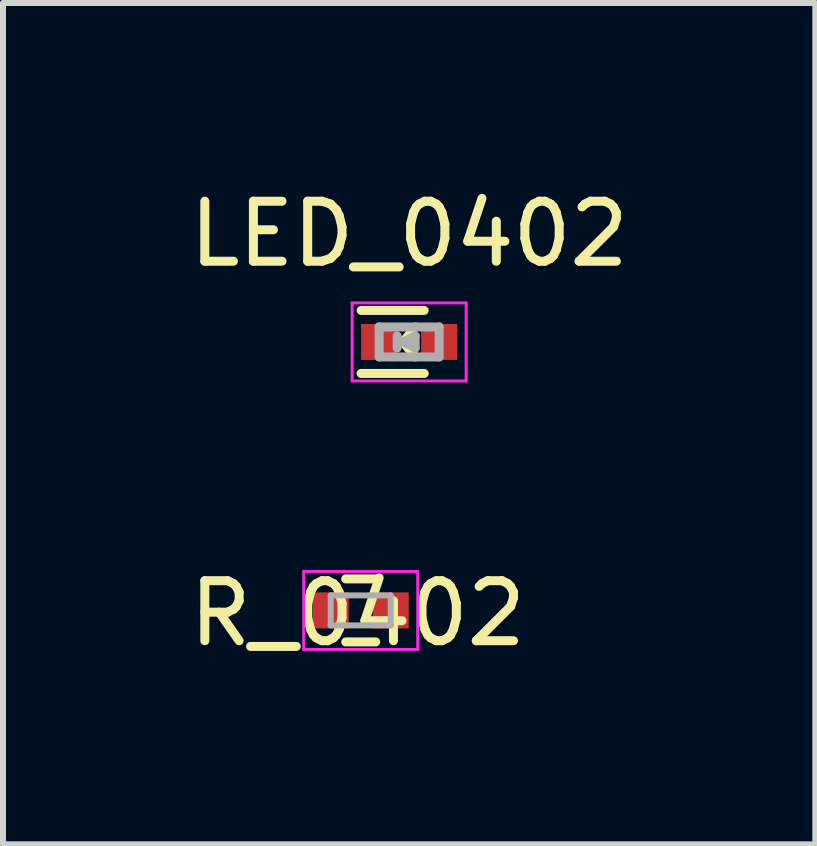
<source format=kicad_pcb>
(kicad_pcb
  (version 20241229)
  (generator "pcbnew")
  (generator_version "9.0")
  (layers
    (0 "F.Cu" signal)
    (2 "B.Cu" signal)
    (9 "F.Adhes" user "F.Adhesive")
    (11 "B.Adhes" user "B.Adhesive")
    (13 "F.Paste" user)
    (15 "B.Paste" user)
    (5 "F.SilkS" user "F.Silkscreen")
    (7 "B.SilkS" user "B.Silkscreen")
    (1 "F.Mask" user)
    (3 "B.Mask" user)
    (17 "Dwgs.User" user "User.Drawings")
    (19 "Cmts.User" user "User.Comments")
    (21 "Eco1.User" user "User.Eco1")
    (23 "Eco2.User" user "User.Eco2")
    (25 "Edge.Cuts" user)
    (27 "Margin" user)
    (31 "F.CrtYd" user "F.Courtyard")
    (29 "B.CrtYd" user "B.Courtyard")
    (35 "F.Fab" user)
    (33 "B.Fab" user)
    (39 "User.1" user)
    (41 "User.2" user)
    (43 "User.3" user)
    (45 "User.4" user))
  (footprint "LED_0402"
    (layer "F.Cu")
    (at 3.768 2.648)
    (property "Reference" "LED_0402" (at 0 -1.8 0) (layer "F.SilkS") (effects (font (size 1 1) (thickness 0.15))))
    (attr smd)
    (fp_line (start -0.1 0) (end 0.1 0.25) (stroke (width 0.15) (type solid)) (layer "F.SilkS"))
    (fp_line (start 0.1 -0.25) (end -0.1 0) (stroke (width 0.15) (type solid)) (layer "F.SilkS"))
    (fp_line (start 0.25 -0.525) (end -0.8 -0.525) (stroke (width 0.15) (type solid)) (layer "F.SilkS"))
    (fp_line (start 0.25 0.525) (end -0.8 0.525) (stroke (width 0.15) (type solid)) (layer "F.SilkS"))
    (fp_line (start -0.95 -0.65) (end -0.95 0.65) (stroke (width 0.05) (type solid)) (layer "F.CrtYd"))
    (fp_line (start -0.95 -0.65) (end 0.95 -0.65) (stroke (width 0.05) (type solid)) (layer "F.CrtYd"))
    (fp_line (start -0.95 0.65) (end 0.95 0.65) (stroke (width 0.05) (type solid)) (layer "F.CrtYd"))
    (fp_line (start 0.95 -0.65) (end 0.95 0.65) (stroke (width 0.05) (type solid)) (layer "F.CrtYd"))
    (fp_line (start -0.5 -0.25) (end 0.5 -0.25) (stroke (width 0.15) (type solid)) (layer "F.Fab"))
    (fp_line (start -0.5 0.25) (end -0.5 -0.25) (stroke (width 0.15) (type solid)) (layer "F.Fab"))
    (fp_line (start -0.2 -0.1) (end -0.2 0.1) (stroke (width 0.15) (type solid)) (layer "F.Fab"))
    (fp_line (start -0.1 0) (end 0.1 0.1) (stroke (width 0.15) (type solid)) (layer "F.Fab"))
    (fp_line (start 0.1 -0.1) (end -0.1 0) (stroke (width 0.15) (type solid)) (layer "F.Fab"))
    (fp_line (start 0.1 0.1) (end 0.1 -0.1) (stroke (width 0.15) (type solid)) (layer "F.Fab"))
    (fp_line (start 0.5 -0.25) (end 0.5 0.25) (stroke (width 0.15) (type solid)) (layer "F.Fab"))
    (fp_line (start 0.5 0.25) (end -0.5 0.25) (stroke (width 0.15) (type solid)) (layer "F.Fab"))
    (pad "1" smd rect (at -0.5 0) (size 0.6 0.6) (layers "F.Cu" "F.Mask" "F.Paste"))
    (pad "2" smd rect (at 0.5 0) (size 0.6 0.6) (layers "F.Cu" "F.Mask" "F.Paste")))
  (footprint "R_0402"
    (layer "F.Cu")
    (at 2.961 7.122)
    (property "Reference" "R_0402" (at -0.05 0.05 0) (layer "F.SilkS") (effects (font (size 1 1) (thickness 0.15))))
    (attr smd)
    (fp_line (start -0.25 0.525) (end 0.25 0.525) (stroke (width 0.15) (type solid)) (layer "F.SilkS"))
    (fp_line (start 0.25 -0.525) (end -0.25 -0.525) (stroke (width 0.15) (type solid)) (layer "F.SilkS"))
    (fp_line (start -0.95 -0.65) (end -0.95 0.65) (stroke (width 0.05) (type solid)) (layer "F.CrtYd"))
    (fp_line (start -0.95 -0.65) (end 0.95 -0.65) (stroke (width 0.05) (type solid)) (layer "F.CrtYd"))
    (fp_line (start -0.95 0.65) (end 0.95 0.65) (stroke (width 0.05) (type solid)) (layer "F.CrtYd"))
    (fp_line (start 0.95 -0.65) (end 0.95 0.65) (stroke (width 0.05) (type solid)) (layer "F.CrtYd"))
    (fp_line (start -0.5 -0.25) (end 0.5 -0.25) (stroke (width 0.1) (type solid)) (layer "F.Fab"))
    (fp_line (start -0.5 0.25) (end -0.5 -0.25) (stroke (width 0.1) (type solid)) (layer "F.Fab"))
    (fp_line (start 0.5 -0.25) (end 0.5 0.25) (stroke (width 0.1) (type solid)) (layer "F.Fab"))
    (fp_line (start 0.5 0.25) (end -0.5 0.25) (stroke (width 0.1) (type solid)) (layer "F.Fab"))
    (pad "1" smd rect (at -0.5 0) (size 0.6 0.6) (layers "F.Cu" "F.Mask" "F.Paste"))
    (pad "2" smd rect (at 0.5 0) (size 0.6 0.6) (layers "F.Cu" "F.Mask" "F.Paste")))
  (gr_rect
    (start -3 -3)
    (end 10.536 11.02)
    (stroke (width 0.1) (type default))
    (fill no)
    (layer "Edge.Cuts")))
</source>
